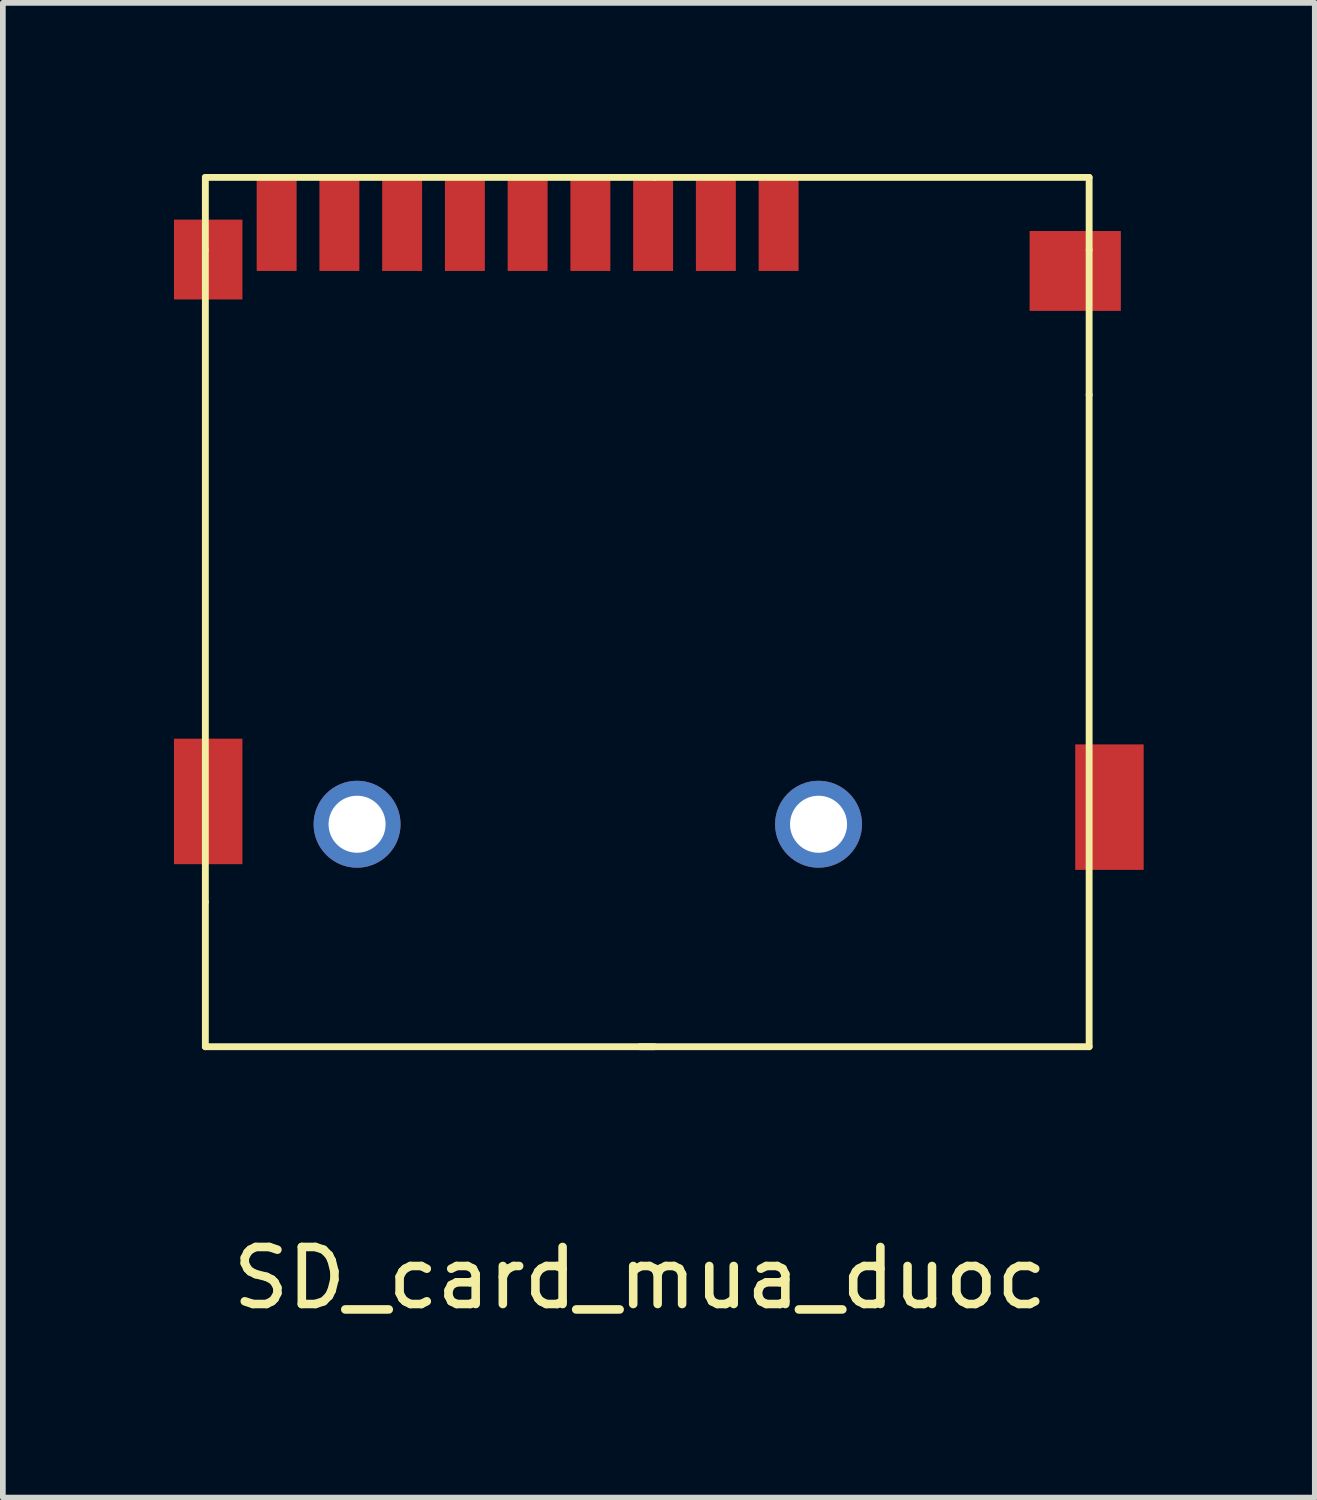
<source format=kicad_pcb>
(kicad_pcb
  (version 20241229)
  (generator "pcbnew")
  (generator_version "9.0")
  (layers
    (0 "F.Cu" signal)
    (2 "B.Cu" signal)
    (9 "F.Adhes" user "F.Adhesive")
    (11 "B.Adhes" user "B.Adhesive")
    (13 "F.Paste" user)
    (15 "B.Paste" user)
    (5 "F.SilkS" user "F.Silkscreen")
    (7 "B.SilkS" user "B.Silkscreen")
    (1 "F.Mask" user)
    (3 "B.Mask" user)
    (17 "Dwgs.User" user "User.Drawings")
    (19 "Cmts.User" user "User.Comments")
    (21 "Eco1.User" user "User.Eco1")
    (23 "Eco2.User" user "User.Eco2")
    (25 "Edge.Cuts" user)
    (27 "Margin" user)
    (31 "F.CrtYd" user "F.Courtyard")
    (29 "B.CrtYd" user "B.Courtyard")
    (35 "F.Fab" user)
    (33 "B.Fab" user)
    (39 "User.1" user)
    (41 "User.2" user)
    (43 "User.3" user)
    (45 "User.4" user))
  (footprint "SD_card_mua_duoc"
    (layer "F.Cu")
    (at 8.17 15.3)
    (property "Reference" "SD_card_mua_duoc" (at 0 4.056 0) (layer "F.SilkS") (effects (font (size 1 1) (thickness 0.15))))
    (attr through_hole)
    (fp_line (start -7.62 -13.97) (end -7.62 -15.24) (stroke (width 0.12) (type solid)) (layer "F.SilkS"))
    (fp_line (start -7.62 -13.97) (end -7.62 -2.54) (stroke (width 0.12) (type solid)) (layer "F.SilkS"))
    (fp_line (start -7.62 -2.54) (end -7.62 0) (stroke (width 0.12) (type solid)) (layer "F.SilkS"))
    (fp_line (start -7.62 0) (end 0.254 0) (stroke (width 0.12) (type solid)) (layer "F.SilkS"))
    (fp_line (start 0 0) (end 7.874 0) (stroke (width 0.12) (type solid)) (layer "F.SilkS"))
    (fp_line (start 0.254 -15.24) (end -7.62 -15.24) (stroke (width 0.12) (type solid)) (layer "F.SilkS"))
    (fp_line (start 0.254 -15.24) (end 7.874 -15.24) (stroke (width 0.12) (type solid)) (layer "F.SilkS"))
    (fp_line (start 7.874 -15.24) (end 7.874 -13.97) (stroke (width 0.12) (type solid)) (layer "F.SilkS"))
    (fp_line (start 7.874 -11.43) (end 7.874 -13.97) (stroke (width 0.12) (type solid)) (layer "F.SilkS"))
    (fp_line (start 7.874 0) (end 7.874 -11.43) (stroke (width 0.12) (type solid)) (layer "F.SilkS"))
    (pad "" smd rect (at -7.57 -13.8 90) (size 1.4 1.2) (layers "F.Cu" "F.Mask" "F.Paste"))
    (pad "" smd rect (at -7.57 -4.3 90) (size 2.2 1.2) (layers "F.Cu" "F.Mask" "F.Paste"))
    (pad "" thru_hole circle (at -4.96 -3.9 90) (size 1.524 1.524) (drill 1) (layers "*.Cu" "*.Mask"))
    (pad "" thru_hole circle (at 3.13 -3.9) (size 1.524 1.524) (drill 1) (layers "*.Cu" "*.Mask"))
    (pad "" smd rect (at 7.63 -13.6 90) (size 1.4 1.6) (layers "F.Cu" "F.Mask" "F.Paste"))
    (pad "" smd rect (at 8.23 -4.2 90) (size 2.2 1.2) (layers "F.Cu" "F.Mask" "F.Paste"))
    (pad "1" smd rect (at 2.43 -14.4) (size 0.7 1.6) (layers "F.Cu" "F.Mask" "F.Paste"))
    (pad "2" smd rect (at 1.33 -14.4) (size 0.7 1.6) (layers "F.Cu" "F.Mask" "F.Paste"))
    (pad "3" smd rect (at 0.23 -14.4) (size 0.7 1.6) (layers "F.Cu" "F.Mask" "F.Paste"))
    (pad "4" smd rect (at -0.87 -14.4) (size 0.7 1.6) (layers "F.Cu" "F.Mask" "F.Paste"))
    (pad "5" smd rect (at -1.97 -14.4) (size 0.7 1.6) (layers "F.Cu" "F.Mask" "F.Paste"))
    (pad "6" smd rect (at -3.07 -14.4) (size 0.7 1.6) (layers "F.Cu" "F.Mask" "F.Paste"))
    (pad "7" smd rect (at -4.17 -14.4) (size 0.7 1.6) (layers "F.Cu" "F.Mask" "F.Paste"))
    (pad "8" smd rect (at -5.27 -14.4) (size 0.7 1.6) (layers "F.Cu" "F.Mask" "F.Paste"))
    (pad "CD" smd rect (at -6.37 -14.4) (size 0.7 1.6) (layers "F.Cu" "F.Mask" "F.Paste")))
  (gr_rect
    (start -3 -3)
    (end 20 23.204)
    (stroke (width 0.1) (type default))
    (fill no)
    (layer "Edge.Cuts")))
</source>
